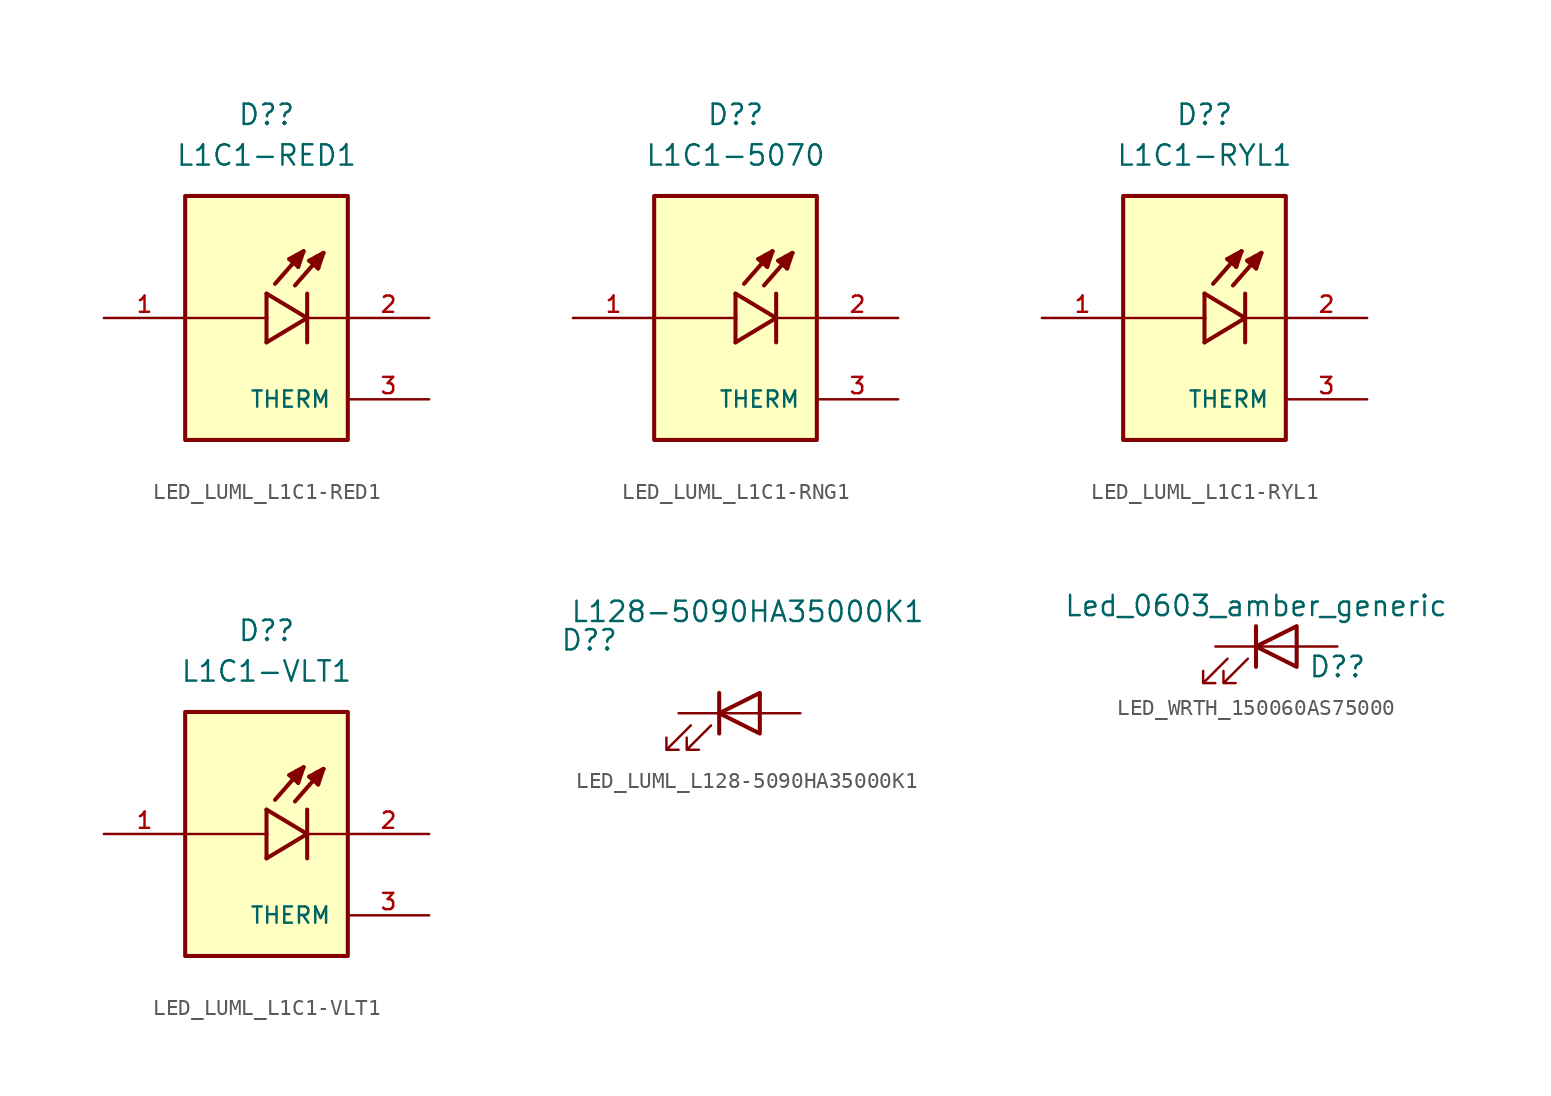
<source format=kicad_sym>
(kicad_symbol_lib
  (version 20231120)
  (generator "kicad_symbol_editor")
  (generator_version "8.0")
  (symbol "LED_LUML_L1C1-RED1"
    (pin_names
      (offset 1.016))
    (property "Reference" "D?"
      (at 0 12.7 0)
      (effects (font (size 1.27 1.27))))
    (property "Value" "L1C1-RED1"
      (at 0 10.16 0)
      (effects (font (size 1.27 1.27))))
    (symbol "LED_LUML_L1C1-RED1_0_0"
      (rectangle (start -5.08 -7.62) (end 5.08 7.62) (stroke (width 0.254) (type default)) (fill (type background)))
      (polyline (pts (xy 0 -1.524) (xy 2.54 0)) (stroke (width 0.254) (type default)) (fill (type none)))
      (polyline (pts (xy 0 0) (xy -5.08 0)) (stroke (width 0.152) (type default)) (fill (type none)))
      (polyline (pts (xy 0 0) (xy 0 -1.524)) (stroke (width 0.254) (type default)) (fill (type none)))
      (polyline (pts (xy 0 1.524) (xy 0 0)) (stroke (width 0.254) (type default)) (fill (type none)))
      (polyline (pts (xy 1.422 3.683) (xy 2.311 4.166)) (stroke (width 0.254) (type default)) (fill (type none)))
      (polyline (pts (xy 1.6 3.607) (xy 1.829 3.759)) (stroke (width 0.254) (type default)) (fill (type none)))
      (polyline (pts (xy 1.981 3.2) (xy 1.422 3.683)) (stroke (width 0.254) (type default)) (fill (type none)))
      (polyline (pts (xy 1.981 3.2) (xy 2.007 3.937)) (stroke (width 0.254) (type default)) (fill (type none)))
      (polyline (pts (xy 2.007 3.937) (xy 1.88 3.937)) (stroke (width 0.254) (type default)) (fill (type none)))
      (polyline (pts (xy 2.311 4.166) (xy 0.533 2.134)) (stroke (width 0.254) (type default)) (fill (type none)))
      (polyline (pts (xy 2.311 4.166) (xy 1.981 3.2)) (stroke (width 0.254) (type default)) (fill (type none)))
      (polyline (pts (xy 2.54 0) (xy 0 1.524)) (stroke (width 0.254) (type default)) (fill (type none)))
      (polyline (pts (xy 2.54 0) (xy 2.54 -1.524)) (stroke (width 0.254) (type default)) (fill (type none)))
      (polyline (pts (xy 2.54 1.524) (xy 2.54 0)) (stroke (width 0.254) (type default)) (fill (type none)))
      (polyline (pts (xy 2.667 3.581) (xy 3.556 4.064)) (stroke (width 0.254) (type default)) (fill (type none)))
      (polyline (pts (xy 2.845 3.505) (xy 3.073 3.658)) (stroke (width 0.254) (type default)) (fill (type none)))
      (polyline (pts (xy 3.226 3.099) (xy 2.667 3.581)) (stroke (width 0.254) (type default)) (fill (type none)))
      (polyline (pts (xy 3.226 3.099) (xy 3.251 3.835)) (stroke (width 0.254) (type default)) (fill (type none)))
      (polyline (pts (xy 3.251 3.835) (xy 3.124 3.835)) (stroke (width 0.254) (type default)) (fill (type none)))
      (polyline (pts (xy 3.556 4.064) (xy 1.778 2.032)) (stroke (width 0.254) (type default)) (fill (type none)))
      (polyline (pts (xy 3.556 4.064) (xy 3.226 3.099)) (stroke (width 0.254) (type default)) (fill (type none)))
      (polyline (pts (xy 5.08 0) (xy 2.54 0)) (stroke (width 0.152) (type default)) (fill (type none)))
      (pin passive line (at 10.16 -5.08 180) (length 5.08) (name "THERM" (effects (font (size 1.016 1.016)))) (number "3" (effects (font (size 1.016 1.016))))))
    (symbol "LED_LUML_L1C1-RED1_1_0"
      (pin passive line (at -10.16 0 0) (length 5.08) (name "~" (effects (font (size 1.016 1.016)))) (number "1" (effects (font (size 1.016 1.016)))))
      (pin passive line (at 10.16 0 180) (length 5.08) (name "~" (effects (font (size 1.016 1.016)))) (number "2" (effects (font (size 1.016 1.016)))))))
  (symbol "LED_LUML_L1C1-RNG1"
    (pin_names
      (offset 1.016))
    (property "Reference" "D?"
      (at 0 12.7 0)
      (effects (font (size 1.27 1.27))))
    (property "Value" "L1C1-5070"
      (at 0 10.16 0)
      (effects (font (size 1.27 1.27))))
    (symbol "LED_LUML_L1C1-RNG1_0_0"
      (rectangle (start -5.08 -7.62) (end 5.08 7.62) (stroke (width 0.254) (type default)) (fill (type background)))
      (polyline (pts (xy 0 -1.524) (xy 2.54 0)) (stroke (width 0.254) (type default)) (fill (type none)))
      (polyline (pts (xy 0 0) (xy -5.08 0)) (stroke (width 0.152) (type default)) (fill (type none)))
      (polyline (pts (xy 0 0) (xy 0 -1.524)) (stroke (width 0.254) (type default)) (fill (type none)))
      (polyline (pts (xy 0 1.524) (xy 0 0)) (stroke (width 0.254) (type default)) (fill (type none)))
      (polyline (pts (xy 1.422 3.683) (xy 2.311 4.166)) (stroke (width 0.254) (type default)) (fill (type none)))
      (polyline (pts (xy 1.6 3.607) (xy 1.829 3.759)) (stroke (width 0.254) (type default)) (fill (type none)))
      (polyline (pts (xy 1.981 3.2) (xy 1.422 3.683)) (stroke (width 0.254) (type default)) (fill (type none)))
      (polyline (pts (xy 1.981 3.2) (xy 2.007 3.937)) (stroke (width 0.254) (type default)) (fill (type none)))
      (polyline (pts (xy 2.007 3.937) (xy 1.88 3.937)) (stroke (width 0.254) (type default)) (fill (type none)))
      (polyline (pts (xy 2.311 4.166) (xy 0.533 2.134)) (stroke (width 0.254) (type default)) (fill (type none)))
      (polyline (pts (xy 2.311 4.166) (xy 1.981 3.2)) (stroke (width 0.254) (type default)) (fill (type none)))
      (polyline (pts (xy 2.54 0) (xy 0 1.524)) (stroke (width 0.254) (type default)) (fill (type none)))
      (polyline (pts (xy 2.54 0) (xy 2.54 -1.524)) (stroke (width 0.254) (type default)) (fill (type none)))
      (polyline (pts (xy 2.54 1.524) (xy 2.54 0)) (stroke (width 0.254) (type default)) (fill (type none)))
      (polyline (pts (xy 2.667 3.581) (xy 3.556 4.064)) (stroke (width 0.254) (type default)) (fill (type none)))
      (polyline (pts (xy 2.845 3.505) (xy 3.073 3.658)) (stroke (width 0.254) (type default)) (fill (type none)))
      (polyline (pts (xy 3.226 3.099) (xy 2.667 3.581)) (stroke (width 0.254) (type default)) (fill (type none)))
      (polyline (pts (xy 3.226 3.099) (xy 3.251 3.835)) (stroke (width 0.254) (type default)) (fill (type none)))
      (polyline (pts (xy 3.251 3.835) (xy 3.124 3.835)) (stroke (width 0.254) (type default)) (fill (type none)))
      (polyline (pts (xy 3.556 4.064) (xy 1.778 2.032)) (stroke (width 0.254) (type default)) (fill (type none)))
      (polyline (pts (xy 3.556 4.064) (xy 3.226 3.099)) (stroke (width 0.254) (type default)) (fill (type none)))
      (polyline (pts (xy 5.08 0) (xy 2.54 0)) (stroke (width 0.152) (type default)) (fill (type none)))
      (pin passive line (at 10.16 -5.08 180) (length 5.08) (name "THERM" (effects (font (size 1.016 1.016)))) (number "3" (effects (font (size 1.016 1.016))))))
    (symbol "LED_LUML_L1C1-RNG1_1_0"
      (pin passive line (at -10.16 0 0) (length 5.08) (name "~" (effects (font (size 1.016 1.016)))) (number "1" (effects (font (size 1.016 1.016)))))
      (pin passive line (at 10.16 0 180) (length 5.08) (name "~" (effects (font (size 1.016 1.016)))) (number "2" (effects (font (size 1.016 1.016)))))))
  (symbol "LED_LUML_L1C1-RYL1"
    (pin_names
      (offset 1.016))
    (property "Reference" "D?"
      (at 0 12.7 0)
      (effects (font (size 1.27 1.27))))
    (property "Value" "L1C1-RYL1"
      (at 0 10.16 0)
      (effects (font (size 1.27 1.27))))
    (symbol "LED_LUML_L1C1-RYL1_0_0"
      (rectangle (start -5.08 -7.62) (end 5.08 7.62) (stroke (width 0.254) (type default)) (fill (type background)))
      (polyline (pts (xy 0 -1.524) (xy 2.54 0)) (stroke (width 0.254) (type default)) (fill (type none)))
      (polyline (pts (xy 0 0) (xy -5.08 0)) (stroke (width 0.152) (type default)) (fill (type none)))
      (polyline (pts (xy 0 0) (xy 0 -1.524)) (stroke (width 0.254) (type default)) (fill (type none)))
      (polyline (pts (xy 0 1.524) (xy 0 0)) (stroke (width 0.254) (type default)) (fill (type none)))
      (polyline (pts (xy 1.422 3.683) (xy 2.311 4.166)) (stroke (width 0.254) (type default)) (fill (type none)))
      (polyline (pts (xy 1.6 3.607) (xy 1.829 3.759)) (stroke (width 0.254) (type default)) (fill (type none)))
      (polyline (pts (xy 1.981 3.2) (xy 1.422 3.683)) (stroke (width 0.254) (type default)) (fill (type none)))
      (polyline (pts (xy 1.981 3.2) (xy 2.007 3.937)) (stroke (width 0.254) (type default)) (fill (type none)))
      (polyline (pts (xy 2.007 3.937) (xy 1.88 3.937)) (stroke (width 0.254) (type default)) (fill (type none)))
      (polyline (pts (xy 2.311 4.166) (xy 0.533 2.134)) (stroke (width 0.254) (type default)) (fill (type none)))
      (polyline (pts (xy 2.311 4.166) (xy 1.981 3.2)) (stroke (width 0.254) (type default)) (fill (type none)))
      (polyline (pts (xy 2.54 0) (xy 0 1.524)) (stroke (width 0.254) (type default)) (fill (type none)))
      (polyline (pts (xy 2.54 0) (xy 2.54 -1.524)) (stroke (width 0.254) (type default)) (fill (type none)))
      (polyline (pts (xy 2.54 1.524) (xy 2.54 0)) (stroke (width 0.254) (type default)) (fill (type none)))
      (polyline (pts (xy 2.667 3.581) (xy 3.556 4.064)) (stroke (width 0.254) (type default)) (fill (type none)))
      (polyline (pts (xy 2.845 3.505) (xy 3.073 3.658)) (stroke (width 0.254) (type default)) (fill (type none)))
      (polyline (pts (xy 3.226 3.099) (xy 2.667 3.581)) (stroke (width 0.254) (type default)) (fill (type none)))
      (polyline (pts (xy 3.226 3.099) (xy 3.251 3.835)) (stroke (width 0.254) (type default)) (fill (type none)))
      (polyline (pts (xy 3.251 3.835) (xy 3.124 3.835)) (stroke (width 0.254) (type default)) (fill (type none)))
      (polyline (pts (xy 3.556 4.064) (xy 1.778 2.032)) (stroke (width 0.254) (type default)) (fill (type none)))
      (polyline (pts (xy 3.556 4.064) (xy 3.226 3.099)) (stroke (width 0.254) (type default)) (fill (type none)))
      (polyline (pts (xy 5.08 0) (xy 2.54 0)) (stroke (width 0.152) (type default)) (fill (type none)))
      (pin passive line (at 10.16 -5.08 180) (length 5.08) (name "THERM" (effects (font (size 1.016 1.016)))) (number "3" (effects (font (size 1.016 1.016))))))
    (symbol "LED_LUML_L1C1-RYL1_1_0"
      (pin passive line (at -10.16 0 0) (length 5.08) (name "~" (effects (font (size 1.016 1.016)))) (number "1" (effects (font (size 1.016 1.016)))))
      (pin passive line (at 10.16 0 180) (length 5.08) (name "~" (effects (font (size 1.016 1.016)))) (number "2" (effects (font (size 1.016 1.016)))))))
  (symbol "LED_LUML_L1C1-VLT1"
    (pin_names
      (offset 1.016))
    (property "Reference" "D?"
      (at 0 12.7 0)
      (effects (font (size 1.27 1.27))))
    (property "Value" "L1C1-VLT1"
      (at 0 10.16 0)
      (effects (font (size 1.27 1.27))))
    (symbol "LED_LUML_L1C1-VLT1_0_0"
      (rectangle (start -5.08 -7.62) (end 5.08 7.62) (stroke (width 0.254) (type default)) (fill (type background)))
      (polyline (pts (xy 0 -1.524) (xy 2.54 0)) (stroke (width 0.254) (type default)) (fill (type none)))
      (polyline (pts (xy 0 0) (xy -5.08 0)) (stroke (width 0.152) (type default)) (fill (type none)))
      (polyline (pts (xy 0 0) (xy 0 -1.524)) (stroke (width 0.254) (type default)) (fill (type none)))
      (polyline (pts (xy 0 1.524) (xy 0 0)) (stroke (width 0.254) (type default)) (fill (type none)))
      (polyline (pts (xy 1.422 3.683) (xy 2.311 4.166)) (stroke (width 0.254) (type default)) (fill (type none)))
      (polyline (pts (xy 1.6 3.607) (xy 1.829 3.759)) (stroke (width 0.254) (type default)) (fill (type none)))
      (polyline (pts (xy 1.981 3.2) (xy 1.422 3.683)) (stroke (width 0.254) (type default)) (fill (type none)))
      (polyline (pts (xy 1.981 3.2) (xy 2.007 3.937)) (stroke (width 0.254) (type default)) (fill (type none)))
      (polyline (pts (xy 2.007 3.937) (xy 1.88 3.937)) (stroke (width 0.254) (type default)) (fill (type none)))
      (polyline (pts (xy 2.311 4.166) (xy 0.533 2.134)) (stroke (width 0.254) (type default)) (fill (type none)))
      (polyline (pts (xy 2.311 4.166) (xy 1.981 3.2)) (stroke (width 0.254) (type default)) (fill (type none)))
      (polyline (pts (xy 2.54 0) (xy 0 1.524)) (stroke (width 0.254) (type default)) (fill (type none)))
      (polyline (pts (xy 2.54 0) (xy 2.54 -1.524)) (stroke (width 0.254) (type default)) (fill (type none)))
      (polyline (pts (xy 2.54 1.524) (xy 2.54 0)) (stroke (width 0.254) (type default)) (fill (type none)))
      (polyline (pts (xy 2.667 3.581) (xy 3.556 4.064)) (stroke (width 0.254) (type default)) (fill (type none)))
      (polyline (pts (xy 2.845 3.505) (xy 3.073 3.658)) (stroke (width 0.254) (type default)) (fill (type none)))
      (polyline (pts (xy 3.226 3.099) (xy 2.667 3.581)) (stroke (width 0.254) (type default)) (fill (type none)))
      (polyline (pts (xy 3.226 3.099) (xy 3.251 3.835)) (stroke (width 0.254) (type default)) (fill (type none)))
      (polyline (pts (xy 3.251 3.835) (xy 3.124 3.835)) (stroke (width 0.254) (type default)) (fill (type none)))
      (polyline (pts (xy 3.556 4.064) (xy 1.778 2.032)) (stroke (width 0.254) (type default)) (fill (type none)))
      (polyline (pts (xy 3.556 4.064) (xy 3.226 3.099)) (stroke (width 0.254) (type default)) (fill (type none)))
      (polyline (pts (xy 5.08 0) (xy 2.54 0)) (stroke (width 0.152) (type default)) (fill (type none)))
      (pin passive line (at 10.16 -5.08 180) (length 5.08) (name "THERM" (effects (font (size 1.016 1.016)))) (number "3" (effects (font (size 1.016 1.016))))))
    (symbol "LED_LUML_L1C1-VLT1_1_0"
      (pin passive line (at -10.16 0 0) (length 5.08) (name "~" (effects (font (size 1.016 1.016)))) (number "1" (effects (font (size 1.016 1.016)))))
      (pin passive line (at 10.16 0 180) (length 5.08) (name "~" (effects (font (size 1.016 1.016)))) (number "2" (effects (font (size 1.016 1.016)))))))
  (symbol "LED_LUML_L128-5090HA35000K1"
    (pin_numbers hide)
    (pin_names
      (offset 1.016) hide)
    (property "Reference" "D?"
      (at -9.398 4.572 0)
      (effects (font (size 1.27 1.27))))
    (property "Value" "L128-5090HA35000K1"
      (at 0.508 6.35 0)
      (effects (font (size 1.27 1.27))))
    (symbol "LED_LUML_L128-5090HA35000K1_0_1"
      (polyline (pts (xy -1.27 -1.27) (xy -1.27 1.27)) (stroke (width 0.254) (type default)) (fill (type none)))
      (polyline (pts (xy -1.27 0) (xy 1.27 0)) (stroke (width 0) (type default)) (fill (type none)))
      (polyline (pts (xy 1.27 -1.27) (xy 1.27 1.27) (xy -1.27 0) (xy 1.27 -1.27)) (stroke (width 0.254) (type default)) (fill (type none)))
      (polyline (pts (xy -3.048 -0.762) (xy -4.572 -2.286) (xy -3.81 -2.286) (xy -4.572 -2.286) (xy -4.572 -1.524)) (stroke (width 0) (type default)) (fill (type none)))
      (polyline (pts (xy -1.778 -0.762) (xy -3.302 -2.286) (xy -2.54 -2.286) (xy -3.302 -2.286) (xy -3.302 -1.524)) (stroke (width 0) (type default)) (fill (type none))))
    (symbol "LED_LUML_L128-5090HA35000K1_1_1"
      (pin passive line (at -3.81 0 0) (length 2.54) (name "K" (effects (font (size 1.27 1.27)))) (number "1" (effects (font (size 1.27 1.27)))))
      (pin passive line (at 3.81 0 180) (length 2.54) (name "A" (effects (font (size 1.27 1.27)))) (number "2" (effects (font (size 1.27 1.27)))))))
  (symbol "LED_WRTH_150060AS75000"
    (pin_numbers hide)
    (pin_names
      (offset 1.016) hide)
    (property "Reference" "D?"
      (at 3.81 -1.27 0)
      (effects (font (size 1.27 1.27))))
    (property "Value" "Led_0603_amber_generic"
      (at -1.27 2.54 0)
      (effects (font (size 1.27 1.27))))
    (symbol "LED_WRTH_150060AS75000_0_1"
      (polyline (pts (xy -1.27 -1.27) (xy -1.27 1.27)) (stroke (width 0.254) (type default)) (fill (type none)))
      (polyline (pts (xy -1.27 0) (xy 1.27 0)) (stroke (width 0) (type default)) (fill (type none)))
      (polyline (pts (xy 1.27 -1.27) (xy 1.27 1.27) (xy -1.27 0) (xy 1.27 -1.27)) (stroke (width 0.254) (type default)) (fill (type none)))
      (polyline (pts (xy -3.048 -0.762) (xy -4.572 -2.286) (xy -3.81 -2.286) (xy -4.572 -2.286) (xy -4.572 -1.524)) (stroke (width 0) (type default)) (fill (type none)))
      (polyline (pts (xy -1.778 -0.762) (xy -3.302 -2.286) (xy -2.54 -2.286) (xy -3.302 -2.286) (xy -3.302 -1.524)) (stroke (width 0) (type default)) (fill (type none))))
    (symbol "LED_WRTH_150060AS75000_1_1"
      (pin passive line (at -3.81 0 0) (length 2.54) (name "K" (effects (font (size 1.27 1.27)))) (number "1" (effects (font (size 1.27 1.27)))))
      (pin passive line (at 3.81 0 180) (length 2.54) (name "A" (effects (font (size 1.27 1.27)))) (number "2" (effects (font (size 1.27 1.27))))))))
</source>
